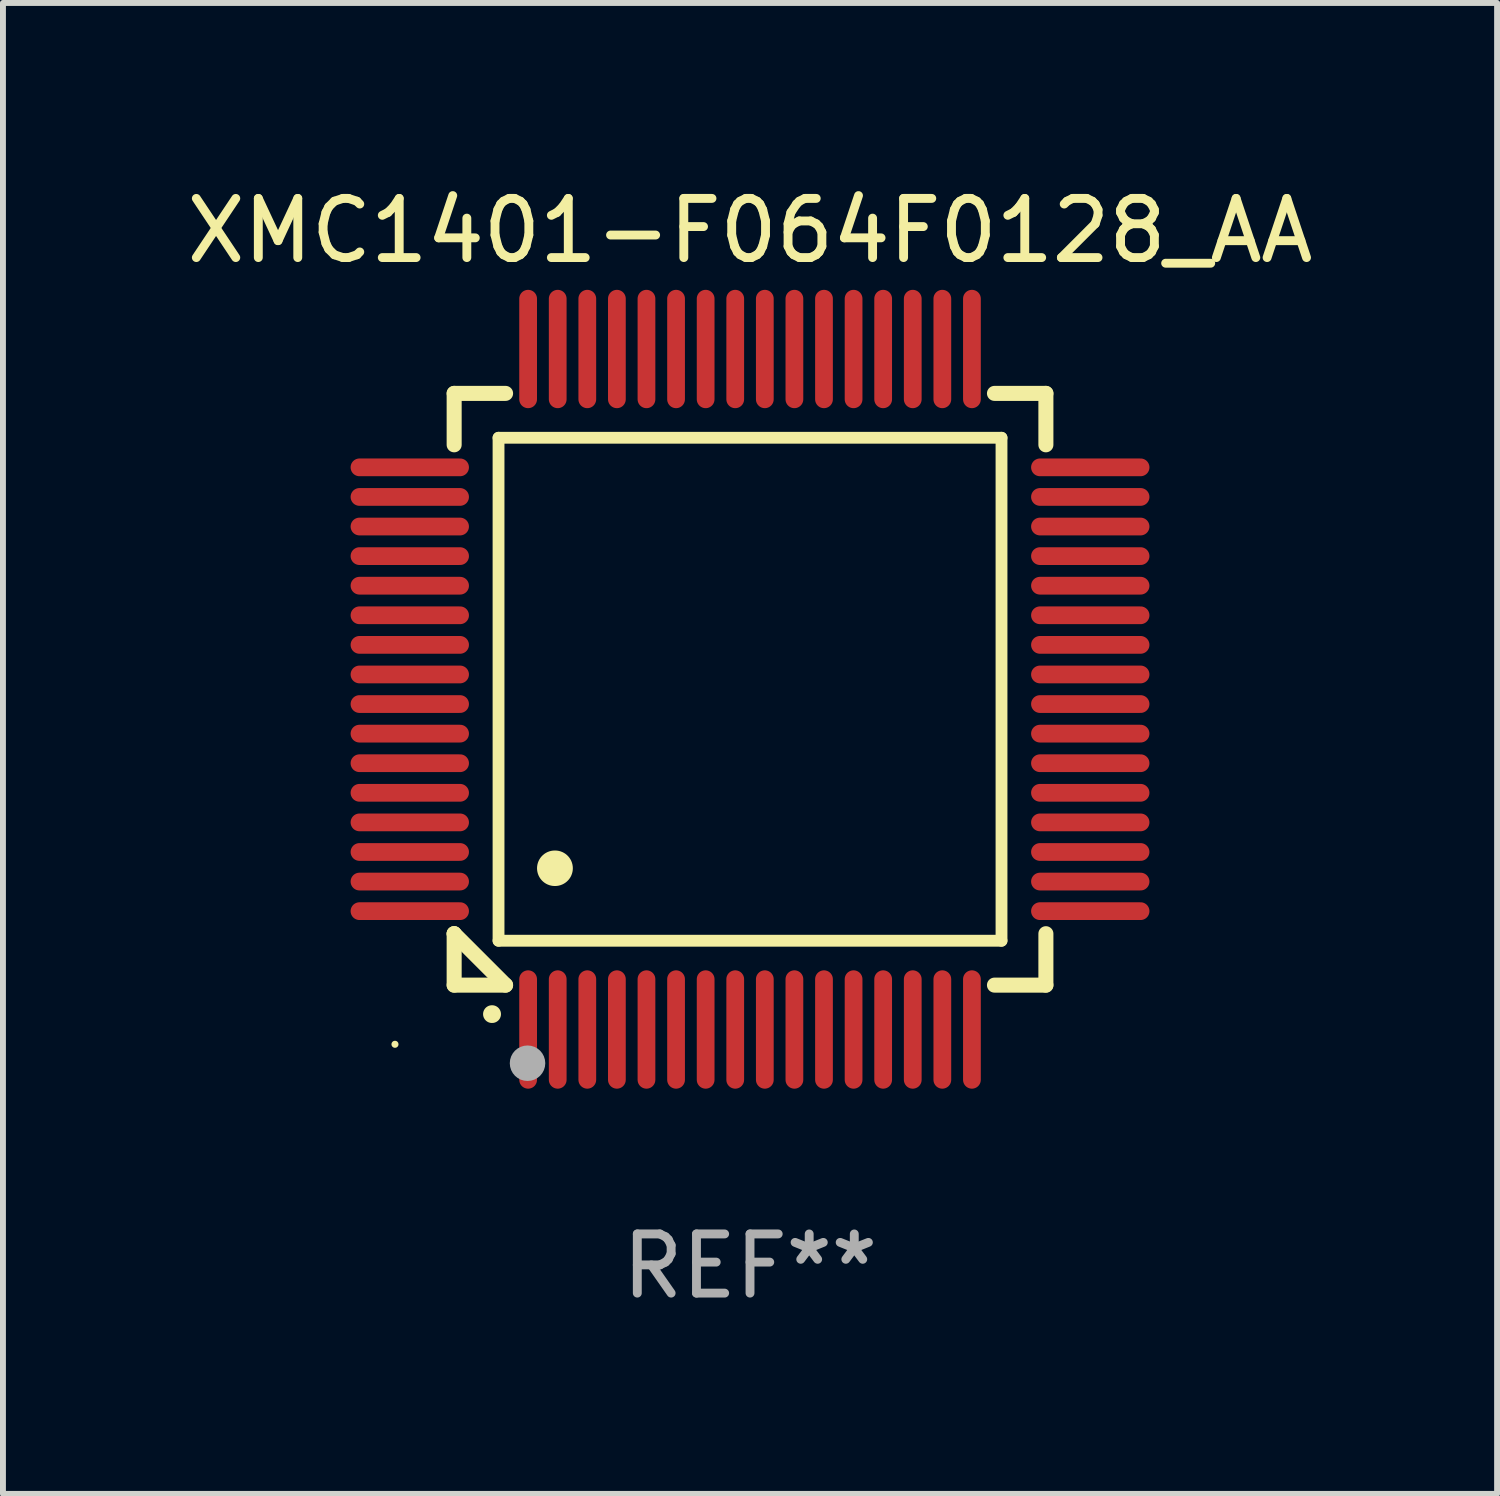
<source format=kicad_pcb>
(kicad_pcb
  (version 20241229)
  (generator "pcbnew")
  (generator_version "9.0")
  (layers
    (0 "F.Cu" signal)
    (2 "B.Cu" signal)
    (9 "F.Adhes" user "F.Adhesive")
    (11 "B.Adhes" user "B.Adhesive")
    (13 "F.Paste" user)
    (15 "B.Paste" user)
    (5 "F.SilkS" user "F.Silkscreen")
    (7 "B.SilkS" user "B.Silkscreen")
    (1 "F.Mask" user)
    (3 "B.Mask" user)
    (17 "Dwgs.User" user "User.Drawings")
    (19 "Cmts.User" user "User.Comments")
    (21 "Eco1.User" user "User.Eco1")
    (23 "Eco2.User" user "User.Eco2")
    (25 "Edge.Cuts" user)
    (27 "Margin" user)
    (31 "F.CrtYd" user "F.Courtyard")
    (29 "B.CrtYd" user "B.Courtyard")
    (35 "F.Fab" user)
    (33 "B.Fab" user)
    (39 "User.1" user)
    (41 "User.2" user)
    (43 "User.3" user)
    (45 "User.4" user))
  (footprint "XMC1401-F064F0128_AA"
    (layer "F.Cu")
    (at 9.625 8.598)
    (property "Reference" "XMC1401-F064F0128_AA" (at 0 -7.75 0) (layer "F.SilkS") (effects (font (size 1 1) (thickness 0.15))))
    (attr through_hole)
    (fp_line (start -5 -5) (end -4.131 -5) (stroke (width 0.254) (type solid)) (layer "F.SilkS"))
    (fp_line (start -5 -4.131) (end -5 -5) (stroke (width 0.254) (type solid)) (layer "F.SilkS"))
    (fp_line (start -5 4.131) (end -5 4.131) (stroke (width 0.254) (type solid)) (layer "F.SilkS"))
    (fp_line (start -5 5) (end -5 4.131) (stroke (width 0.254) (type solid)) (layer "F.SilkS"))
    (fp_line (start -5 4.131) (end -4.131 5) (stroke (width 0.254) (type solid)) (layer "F.SilkS"))
    (fp_line (start -4.25 -4.25) (end -4.25 4.25) (stroke (width 0.2) (type solid)) (layer "F.SilkS"))
    (fp_line (start -4.25 4.25) (end 4.25 4.25) (stroke (width 0.2) (type solid)) (layer "F.SilkS"))
    (fp_line (start -4.131 5) (end -5 5) (stroke (width 0.254) (type solid)) (layer "F.SilkS"))
    (fp_line (start 4.25 -4.25) (end -4.25 -4.25) (stroke (width 0.2) (type solid)) (layer "F.SilkS"))
    (fp_line (start 4.25 4.25) (end 4.25 -4.25) (stroke (width 0.2) (type solid)) (layer "F.SilkS"))
    (fp_line (start 5 -5) (end 4.131 -5) (stroke (width 0.254) (type solid)) (layer "F.SilkS"))
    (fp_line (start 5 -5) (end 5 -4.131) (stroke (width 0.254) (type solid)) (layer "F.SilkS"))
    (fp_line (start 5 4.131) (end 5 5) (stroke (width 0.254) (type solid)) (layer "F.SilkS"))
    (fp_line (start 5 5) (end 4.131 5) (stroke (width 0.254) (type solid)) (layer "F.SilkS"))
    (fp_arc (start -4.361265 5.489992) (mid -4.359995 5.489987) (end -4.358725 5.489992) (stroke (width 0.3) (type solid)) (layer "F.SilkS"))
    (fp_arc (start -3.299467 3.025146) (mid -3.296927 3.025135) (end -3.294387 3.025146) (stroke (width 0.6) (type solid)) (layer "F.SilkS"))
    (fp_circle (center -6 6) (end -5.97 6) (stroke (width 0.06) (type solid)) (fill no) (layer "F.SilkS"))
    (fp_circle (center -3.76 6.32) (end -3.61 6.32) (stroke (width 0.3) (type solid)) (fill no) (layer "F.Fab"))
    (fp_text user "REF**" (at 0 9.75 0) (layer "F.Fab") (effects (font (size 1 1) (thickness 0.15))))
    (pad "1" smd oval (at -3.75 5.75) (size 0.3 2) (layers "F.Cu" "F.Mask" "F.Paste"))
    (pad "2" smd oval (at -3.25 5.75) (size 0.3 2) (layers "F.Cu" "F.Mask" "F.Paste"))
    (pad "3" smd oval (at -2.75 5.75) (size 0.3 2) (layers "F.Cu" "F.Mask" "F.Paste"))
    (pad "4" smd oval (at -2.25 5.75) (size 0.3 2) (layers "F.Cu" "F.Mask" "F.Paste"))
    (pad "5" smd oval (at -1.75 5.75) (size 0.3 2) (layers "F.Cu" "F.Mask" "F.Paste"))
    (pad "6" smd oval (at -1.25 5.75) (size 0.3 2) (layers "F.Cu" "F.Mask" "F.Paste"))
    (pad "7" smd oval (at -0.75 5.75) (size 0.3 2) (layers "F.Cu" "F.Mask" "F.Paste"))
    (pad "8" smd oval (at -0.25 5.75) (size 0.3 2) (layers "F.Cu" "F.Mask" "F.Paste"))
    (pad "9" smd oval (at 0.25 5.75) (size 0.3 2) (layers "F.Cu" "F.Mask" "F.Paste"))
    (pad "10" smd oval (at 0.75 5.75) (size 0.3 2) (layers "F.Cu" "F.Mask" "F.Paste"))
    (pad "11" smd oval (at 1.25 5.75) (size 0.3 2) (layers "F.Cu" "F.Mask" "F.Paste"))
    (pad "12" smd oval (at 1.75 5.75) (size 0.3 2) (layers "F.Cu" "F.Mask" "F.Paste"))
    (pad "13" smd oval (at 2.25 5.75) (size 0.3 2) (layers "F.Cu" "F.Mask" "F.Paste"))
    (pad "14" smd oval (at 2.75 5.75) (size 0.3 2) (layers "F.Cu" "F.Mask" "F.Paste"))
    (pad "15" smd oval (at 3.25 5.75) (size 0.3 2) (layers "F.Cu" "F.Mask" "F.Paste"))
    (pad "16" smd oval (at 3.75 5.75) (size 0.3 2) (layers "F.Cu" "F.Mask" "F.Paste"))
    (pad "17" smd oval (at 5.75 3.75) (size 2 0.3) (layers "F.Cu" "F.Mask" "F.Paste"))
    (pad "18" smd oval (at 5.75 3.25) (size 2 0.3) (layers "F.Cu" "F.Mask" "F.Paste"))
    (pad "19" smd oval (at 5.75 2.75) (size 2 0.3) (layers "F.Cu" "F.Mask" "F.Paste"))
    (pad "20" smd oval (at 5.75 2.25) (size 2 0.3) (layers "F.Cu" "F.Mask" "F.Paste"))
    (pad "21" smd oval (at 5.75 1.75) (size 2 0.3) (layers "F.Cu" "F.Mask" "F.Paste"))
    (pad "22" smd oval (at 5.75 1.25) (size 2 0.3) (layers "F.Cu" "F.Mask" "F.Paste"))
    (pad "23" smd oval (at 5.75 0.75) (size 2 0.3) (layers "F.Cu" "F.Mask" "F.Paste"))
    (pad "24" smd oval (at 5.75 0.25) (size 2 0.3) (layers "F.Cu" "F.Mask" "F.Paste"))
    (pad "25" smd oval (at 5.75 -0.25) (size 2 0.3) (layers "F.Cu" "F.Mask" "F.Paste"))
    (pad "26" smd oval (at 5.75 -0.75) (size 2 0.3) (layers "F.Cu" "F.Mask" "F.Paste"))
    (pad "27" smd oval (at 5.75 -1.25) (size 2 0.3) (layers "F.Cu" "F.Mask" "F.Paste"))
    (pad "28" smd oval (at 5.75 -1.75) (size 2 0.3) (layers "F.Cu" "F.Mask" "F.Paste"))
    (pad "29" smd oval (at 5.75 -2.25) (size 2 0.3) (layers "F.Cu" "F.Mask" "F.Paste"))
    (pad "30" smd oval (at 5.75 -2.75) (size 2 0.3) (layers "F.Cu" "F.Mask" "F.Paste"))
    (pad "31" smd oval (at 5.75 -3.25) (size 2 0.3) (layers "F.Cu" "F.Mask" "F.Paste"))
    (pad "32" smd oval (at 5.75 -3.75) (size 2 0.3) (layers "F.Cu" "F.Mask" "F.Paste"))
    (pad "33" smd oval (at 3.75 -5.75) (size 0.3 2) (layers "F.Cu" "F.Mask" "F.Paste"))
    (pad "34" smd oval (at 3.25 -5.75) (size 0.3 2) (layers "F.Cu" "F.Mask" "F.Paste"))
    (pad "35" smd oval (at 2.75 -5.75) (size 0.3 2) (layers "F.Cu" "F.Mask" "F.Paste"))
    (pad "36" smd oval (at 2.25 -5.75) (size 0.3 2) (layers "F.Cu" "F.Mask" "F.Paste"))
    (pad "37" smd oval (at 1.75 -5.75) (size 0.3 2) (layers "F.Cu" "F.Mask" "F.Paste"))
    (pad "38" smd oval (at 1.25 -5.75) (size 0.3 2) (layers "F.Cu" "F.Mask" "F.Paste"))
    (pad "39" smd oval (at 0.75 -5.75) (size 0.3 2) (layers "F.Cu" "F.Mask" "F.Paste"))
    (pad "40" smd oval (at 0.25 -5.75) (size 0.3 2) (layers "F.Cu" "F.Mask" "F.Paste"))
    (pad "41" smd oval (at -0.25 -5.75) (size 0.3 2) (layers "F.Cu" "F.Mask" "F.Paste"))
    (pad "42" smd oval (at -0.75 -5.75) (size 0.3 2) (layers "F.Cu" "F.Mask" "F.Paste"))
    (pad "43" smd oval (at -1.25 -5.75) (size 0.3 2) (layers "F.Cu" "F.Mask" "F.Paste"))
    (pad "44" smd oval (at -1.75 -5.75) (size 0.3 2) (layers "F.Cu" "F.Mask" "F.Paste"))
    (pad "45" smd oval (at -2.25 -5.75) (size 0.3 2) (layers "F.Cu" "F.Mask" "F.Paste"))
    (pad "46" smd oval (at -2.75 -5.75) (size 0.3 2) (layers "F.Cu" "F.Mask" "F.Paste"))
    (pad "47" smd oval (at -3.25 -5.75) (size 0.3 2) (layers "F.Cu" "F.Mask" "F.Paste"))
    (pad "48" smd oval (at -3.75 -5.75) (size 0.3 2) (layers "F.Cu" "F.Mask" "F.Paste"))
    (pad "49" smd oval (at -5.75 -3.75) (size 2 0.3) (layers "F.Cu" "F.Mask" "F.Paste"))
    (pad "50" smd oval (at -5.75 -3.25) (size 2 0.3) (layers "F.Cu" "F.Mask" "F.Paste"))
    (pad "51" smd oval (at -5.75 -2.75) (size 2 0.3) (layers "F.Cu" "F.Mask" "F.Paste"))
    (pad "52" smd oval (at -5.75 -2.25) (size 2 0.3) (layers "F.Cu" "F.Mask" "F.Paste"))
    (pad "53" smd oval (at -5.75 -1.75) (size 2 0.3) (layers "F.Cu" "F.Mask" "F.Paste"))
    (pad "54" smd oval (at -5.75 -1.25) (size 2 0.3) (layers "F.Cu" "F.Mask" "F.Paste"))
    (pad "55" smd oval (at -5.75 -0.75) (size 2 0.3) (layers "F.Cu" "F.Mask" "F.Paste"))
    (pad "56" smd oval (at -5.75 -0.25) (size 2 0.3) (layers "F.Cu" "F.Mask" "F.Paste"))
    (pad "57" smd oval (at -5.75 0.25) (size 2 0.3) (layers "F.Cu" "F.Mask" "F.Paste"))
    (pad "58" smd oval (at -5.75 0.75) (size 2 0.3) (layers "F.Cu" "F.Mask" "F.Paste"))
    (pad "59" smd oval (at -5.75 1.25) (size 2 0.3) (layers "F.Cu" "F.Mask" "F.Paste"))
    (pad "60" smd oval (at -5.75 1.75) (size 2 0.3) (layers "F.Cu" "F.Mask" "F.Paste"))
    (pad "61" smd oval (at -5.75 2.25) (size 2 0.3) (layers "F.Cu" "F.Mask" "F.Paste"))
    (pad "62" smd oval (at -5.75 2.75) (size 2 0.3) (layers "F.Cu" "F.Mask" "F.Paste"))
    (pad "63" smd oval (at -5.75 3.25) (size 2 0.3) (layers "F.Cu" "F.Mask" "F.Paste"))
    (pad "64" smd oval (at -5.75 3.75) (size 2 0.3) (layers "F.Cu" "F.Mask" "F.Paste")))
  (gr_rect
    (start -3 -3)
    (end 22.25 22.196)
    (stroke (width 0.1) (type default))
    (fill no)
    (layer "Edge.Cuts")))
</source>
